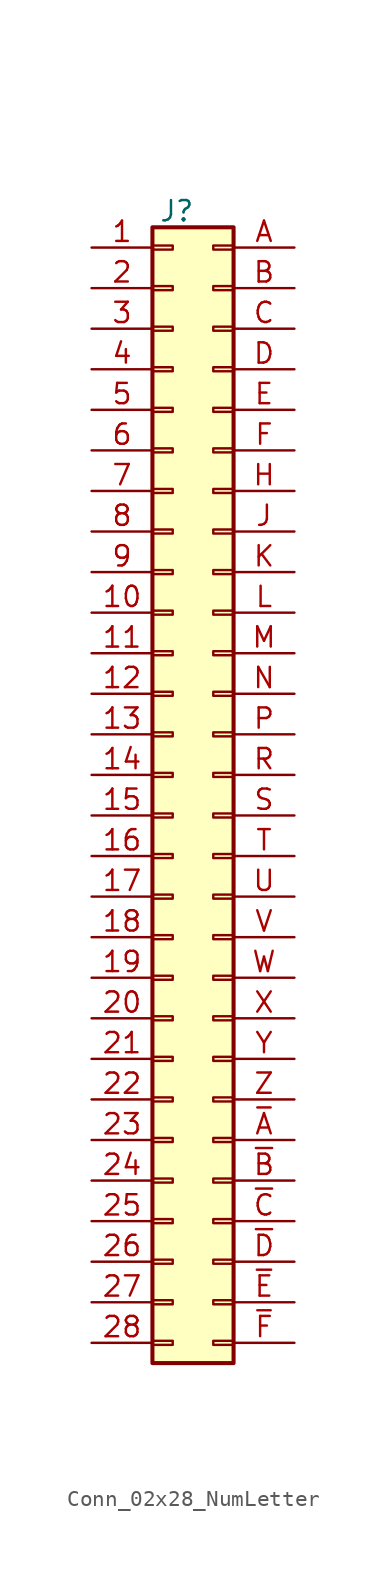
<source format=kicad_sym>
(kicad_symbol_lib
  (version 20231120)
  (generator "kicad_symbol_editor")
  (generator_version "8.0")
  (symbol "Conn_02x28_NumLetter"
    (pin_names hide)
    (property "Reference" "J"
      (at -1.016 -1.524 0)
      (effects (font (size 1.27 1.27))))
    (property "Value" ""
      (at 0 0 0)
      (effects (font (size 1.27 1.27))))
    (symbol "Conn_02x28_NumLetter_1_1"
      (rectangle (start -2.54 -72.263) (end -1.27 -72.517) (stroke (width 0.152) (type default)) (fill (type none)))
      (rectangle (start -2.54 -69.723) (end -1.27 -69.977) (stroke (width 0.152) (type default)) (fill (type none)))
      (rectangle (start -2.54 -67.183) (end -1.27 -67.437) (stroke (width 0.152) (type default)) (fill (type none)))
      (rectangle (start -2.54 -64.643) (end -1.27 -64.897) (stroke (width 0.152) (type default)) (fill (type none)))
      (rectangle (start -2.54 -62.103) (end -1.27 -62.357) (stroke (width 0.152) (type default)) (fill (type none)))
      (rectangle (start -2.54 -59.563) (end -1.27 -59.817) (stroke (width 0.152) (type default)) (fill (type none)))
      (rectangle (start -2.54 -57.023) (end -1.27 -57.277) (stroke (width 0.152) (type default)) (fill (type none)))
      (rectangle (start -2.54 -54.483) (end -1.27 -54.737) (stroke (width 0.152) (type default)) (fill (type none)))
      (rectangle (start -2.54 -51.943) (end -1.27 -52.197) (stroke (width 0.152) (type default)) (fill (type none)))
      (rectangle (start -2.54 -49.403) (end -1.27 -49.657) (stroke (width 0.152) (type default)) (fill (type none)))
      (rectangle (start -2.54 -46.863) (end -1.27 -47.117) (stroke (width 0.152) (type default)) (fill (type none)))
      (rectangle (start -2.54 -44.323) (end -1.27 -44.577) (stroke (width 0.152) (type default)) (fill (type none)))
      (rectangle (start -2.54 -41.783) (end -1.27 -42.037) (stroke (width 0.152) (type default)) (fill (type none)))
      (rectangle (start -2.54 -39.243) (end -1.27 -39.497) (stroke (width 0.152) (type default)) (fill (type none)))
      (rectangle (start -2.54 -36.703) (end -1.27 -36.957) (stroke (width 0.152) (type default)) (fill (type none)))
      (rectangle (start -2.54 -34.163) (end -1.27 -34.417) (stroke (width 0.152) (type default)) (fill (type none)))
      (rectangle (start -2.54 -31.623) (end -1.27 -31.877) (stroke (width 0.152) (type default)) (fill (type none)))
      (rectangle (start -2.54 -29.083) (end -1.27 -29.337) (stroke (width 0.152) (type default)) (fill (type none)))
      (rectangle (start -2.54 -26.543) (end -1.27 -26.797) (stroke (width 0.152) (type default)) (fill (type none)))
      (rectangle (start -2.54 -24.003) (end -1.27 -24.257) (stroke (width 0.152) (type default)) (fill (type none)))
      (rectangle (start -2.54 -21.463) (end -1.27 -21.717) (stroke (width 0.152) (type default)) (fill (type none)))
      (rectangle (start -2.54 -18.923) (end -1.27 -19.177) (stroke (width 0.152) (type default)) (fill (type none)))
      (rectangle (start -2.54 -16.383) (end -1.27 -16.637) (stroke (width 0.152) (type default)) (fill (type none)))
      (rectangle (start -2.54 -13.843) (end -1.27 -14.097) (stroke (width 0.152) (type default)) (fill (type none)))
      (rectangle (start -2.54 -11.303) (end -1.27 -11.557) (stroke (width 0.152) (type default)) (fill (type none)))
      (rectangle (start -2.54 -8.763) (end -1.27 -9.017) (stroke (width 0.152) (type default)) (fill (type none)))
      (rectangle (start -2.54 -6.223) (end -1.27 -6.477) (stroke (width 0.152) (type default)) (fill (type none)))
      (rectangle (start -2.54 -3.683) (end -1.27 -3.937) (stroke (width 0.152) (type default)) (fill (type none)))
      (rectangle (start -2.54 -2.54) (end 2.54 -73.66) (stroke (width 0.254) (type default)) (fill (type background)))
      (rectangle (start 2.54 -72.263) (end 1.27 -72.517) (stroke (width 0.152) (type default)) (fill (type none)))
      (rectangle (start 2.54 -69.723) (end 1.27 -69.977) (stroke (width 0.152) (type default)) (fill (type none)))
      (rectangle (start 2.54 -67.183) (end 1.27 -67.437) (stroke (width 0.152) (type default)) (fill (type none)))
      (rectangle (start 2.54 -64.643) (end 1.27 -64.897) (stroke (width 0.152) (type default)) (fill (type none)))
      (rectangle (start 2.54 -62.103) (end 1.27 -62.357) (stroke (width 0.152) (type default)) (fill (type none)))
      (rectangle (start 2.54 -59.563) (end 1.27 -59.817) (stroke (width 0.152) (type default)) (fill (type none)))
      (rectangle (start 2.54 -57.023) (end 1.27 -57.277) (stroke (width 0.152) (type default)) (fill (type none)))
      (rectangle (start 2.54 -54.483) (end 1.27 -54.737) (stroke (width 0.152) (type default)) (fill (type none)))
      (rectangle (start 2.54 -51.943) (end 1.27 -52.197) (stroke (width 0.152) (type default)) (fill (type none)))
      (rectangle (start 2.54 -49.403) (end 1.27 -49.657) (stroke (width 0.152) (type default)) (fill (type none)))
      (rectangle (start 2.54 -46.863) (end 1.27 -47.117) (stroke (width 0.152) (type default)) (fill (type none)))
      (rectangle (start 2.54 -44.323) (end 1.27 -44.577) (stroke (width 0.152) (type default)) (fill (type none)))
      (rectangle (start 2.54 -41.783) (end 1.27 -42.037) (stroke (width 0.152) (type default)) (fill (type none)))
      (rectangle (start 2.54 -39.243) (end 1.27 -39.497) (stroke (width 0.152) (type default)) (fill (type none)))
      (rectangle (start 2.54 -36.703) (end 1.27 -36.957) (stroke (width 0.152) (type default)) (fill (type none)))
      (rectangle (start 2.54 -34.163) (end 1.27 -34.417) (stroke (width 0.152) (type default)) (fill (type none)))
      (rectangle (start 2.54 -31.623) (end 1.27 -31.877) (stroke (width 0.152) (type default)) (fill (type none)))
      (rectangle (start 2.54 -29.083) (end 1.27 -29.337) (stroke (width 0.152) (type default)) (fill (type none)))
      (rectangle (start 2.54 -26.543) (end 1.27 -26.797) (stroke (width 0.152) (type default)) (fill (type none)))
      (rectangle (start 2.54 -24.003) (end 1.27 -24.257) (stroke (width 0.152) (type default)) (fill (type none)))
      (rectangle (start 2.54 -21.463) (end 1.27 -21.717) (stroke (width 0.152) (type default)) (fill (type none)))
      (rectangle (start 2.54 -18.923) (end 1.27 -19.177) (stroke (width 0.152) (type default)) (fill (type none)))
      (rectangle (start 2.54 -16.383) (end 1.27 -16.637) (stroke (width 0.152) (type default)) (fill (type none)))
      (rectangle (start 2.54 -13.843) (end 1.27 -14.097) (stroke (width 0.152) (type default)) (fill (type none)))
      (rectangle (start 2.54 -11.303) (end 1.27 -11.557) (stroke (width 0.152) (type default)) (fill (type none)))
      (rectangle (start 2.54 -8.763) (end 1.27 -9.017) (stroke (width 0.152) (type default)) (fill (type none)))
      (rectangle (start 2.54 -6.223) (end 1.27 -6.477) (stroke (width 0.152) (type default)) (fill (type none)))
      (rectangle (start 2.54 -3.683) (end 1.27 -3.937) (stroke (width 0.152) (type default)) (fill (type none)))
      (pin passive line (at -6.35 -3.81 0) (length 3.81) (name "Pin_1" (effects (font (size 1.27 1.27)))) (number "1" (effects (font (size 1.27 1.27)))))
      (pin passive line (at -6.35 -26.67 0) (length 3.81) (name "Pin_10" (effects (font (size 1.27 1.27)))) (number "10" (effects (font (size 1.27 1.27)))))
      (pin passive line (at -6.35 -29.21 0) (length 3.81) (name "Pin_11" (effects (font (size 1.27 1.27)))) (number "11" (effects (font (size 1.27 1.27)))))
      (pin passive line (at -6.35 -31.75 0) (length 3.81) (name "Pin_12" (effects (font (size 1.27 1.27)))) (number "12" (effects (font (size 1.27 1.27)))))
      (pin passive line (at -6.35 -34.29 0) (length 3.81) (name "Pin_13" (effects (font (size 1.27 1.27)))) (number "13" (effects (font (size 1.27 1.27)))))
      (pin passive line (at -6.35 -36.83 0) (length 3.81) (name "Pin_14" (effects (font (size 1.27 1.27)))) (number "14" (effects (font (size 1.27 1.27)))))
      (pin passive line (at -6.35 -39.37 0) (length 3.81) (name "Pin_15" (effects (font (size 1.27 1.27)))) (number "15" (effects (font (size 1.27 1.27)))))
      (pin passive line (at -6.35 -41.91 0) (length 3.81) (name "Pin_16" (effects (font (size 1.27 1.27)))) (number "16" (effects (font (size 1.27 1.27)))))
      (pin passive line (at -6.35 -44.45 0) (length 3.81) (name "Pin_17" (effects (font (size 1.27 1.27)))) (number "17" (effects (font (size 1.27 1.27)))))
      (pin passive line (at -6.35 -46.99 0) (length 3.81) (name "Pin_18" (effects (font (size 1.27 1.27)))) (number "18" (effects (font (size 1.27 1.27)))))
      (pin passive line (at -6.35 -49.53 0) (length 3.81) (name "Pin_19" (effects (font (size 1.27 1.27)))) (number "19" (effects (font (size 1.27 1.27)))))
      (pin passive line (at -6.35 -6.35 0) (length 3.81) (name "Pin_2" (effects (font (size 1.27 1.27)))) (number "2" (effects (font (size 1.27 1.27)))))
      (pin passive line (at -6.35 -52.07 0) (length 3.81) (name "Pin_20" (effects (font (size 1.27 1.27)))) (number "20" (effects (font (size 1.27 1.27)))))
      (pin passive line (at -6.35 -54.61 0) (length 3.81) (name "Pin_21" (effects (font (size 1.27 1.27)))) (number "21" (effects (font (size 1.27 1.27)))))
      (pin passive line (at -6.35 -57.15 0) (length 3.81) (name "Pin_22" (effects (font (size 1.27 1.27)))) (number "22" (effects (font (size 1.27 1.27)))))
      (pin passive line (at -6.35 -59.69 0) (length 3.81) (name "Pin_23" (effects (font (size 1.27 1.27)))) (number "23" (effects (font (size 1.27 1.27)))))
      (pin passive line (at -6.35 -62.23 0) (length 3.81) (name "Pin_24" (effects (font (size 1.27 1.27)))) (number "24" (effects (font (size 1.27 1.27)))))
      (pin passive line (at -6.35 -64.77 0) (length 3.81) (name "Pin_25" (effects (font (size 1.27 1.27)))) (number "25" (effects (font (size 1.27 1.27)))))
      (pin passive line (at -6.35 -67.31 0) (length 3.81) (name "Pin_26" (effects (font (size 1.27 1.27)))) (number "26" (effects (font (size 1.27 1.27)))))
      (pin passive line (at -6.35 -69.85 0) (length 3.81) (name "Pin_27" (effects (font (size 1.27 1.27)))) (number "27" (effects (font (size 1.27 1.27)))))
      (pin passive line (at -6.35 -72.39 0) (length 3.81) (name "Pin_28" (effects (font (size 1.27 1.27)))) (number "28" (effects (font (size 1.27 1.27)))))
      (pin passive line (at -6.35 -8.89 0) (length 3.81) (name "Pin_3" (effects (font (size 1.27 1.27)))) (number "3" (effects (font (size 1.27 1.27)))))
      (pin passive line (at -6.35 -11.43 0) (length 3.81) (name "Pin_4" (effects (font (size 1.27 1.27)))) (number "4" (effects (font (size 1.27 1.27)))))
      (pin passive line (at -6.35 -13.97 0) (length 3.81) (name "Pin_5" (effects (font (size 1.27 1.27)))) (number "5" (effects (font (size 1.27 1.27)))))
      (pin passive line (at -6.35 -16.51 0) (length 3.81) (name "Pin_6" (effects (font (size 1.27 1.27)))) (number "6" (effects (font (size 1.27 1.27)))))
      (pin passive line (at -6.35 -19.05 0) (length 3.81) (name "Pin_7" (effects (font (size 1.27 1.27)))) (number "7" (effects (font (size 1.27 1.27)))))
      (pin passive line (at -6.35 -21.59 0) (length 3.81) (name "Pin_8" (effects (font (size 1.27 1.27)))) (number "8" (effects (font (size 1.27 1.27)))))
      (pin passive line (at -6.35 -24.13 0) (length 3.81) (name "Pin_9" (effects (font (size 1.27 1.27)))) (number "9" (effects (font (size 1.27 1.27)))))
      (pin passive line (at 6.35 -3.81 180) (length 3.81) (name "Pin_A" (effects (font (size 1.27 1.27)))) (number "A" (effects (font (size 1.27 1.27)))))
      (pin passive line (at 6.35 -6.35 180) (length 3.81) (name "Pin_B" (effects (font (size 1.27 1.27)))) (number "B" (effects (font (size 1.27 1.27)))))
      (pin passive line (at 6.35 -8.89 180) (length 3.81) (name "Pin_C" (effects (font (size 1.27 1.27)))) (number "C" (effects (font (size 1.27 1.27)))))
      (pin passive line (at 6.35 -11.43 180) (length 3.81) (name "Pin_D" (effects (font (size 1.27 1.27)))) (number "D" (effects (font (size 1.27 1.27)))))
      (pin passive line (at 6.35 -13.97 180) (length 3.81) (name "Pin_E" (effects (font (size 1.27 1.27)))) (number "E" (effects (font (size 1.27 1.27)))))
      (pin passive line (at 6.35 -16.51 180) (length 3.81) (name "Pin_F" (effects (font (size 1.27 1.27)))) (number "F" (effects (font (size 1.27 1.27)))))
      (pin passive line (at 6.35 -19.05 180) (length 3.81) (name "Pin_H" (effects (font (size 1.27 1.27)))) (number "H" (effects (font (size 1.27 1.27)))))
      (pin passive line (at 6.35 -21.59 180) (length 3.81) (name "Pin_J" (effects (font (size 1.27 1.27)))) (number "J" (effects (font (size 1.27 1.27)))))
      (pin passive line (at 6.35 -24.13 180) (length 3.81) (name "Pin_K" (effects (font (size 1.27 1.27)))) (number "K" (effects (font (size 1.27 1.27)))))
      (pin passive line (at 6.35 -26.67 180) (length 3.81) (name "Pin_L" (effects (font (size 1.27 1.27)))) (number "L" (effects (font (size 1.27 1.27)))))
      (pin passive line (at 6.35 -29.21 180) (length 3.81) (name "Pin_M" (effects (font (size 1.27 1.27)))) (number "M" (effects (font (size 1.27 1.27)))))
      (pin passive line (at 6.35 -31.75 180) (length 3.81) (name "Pin_N" (effects (font (size 1.27 1.27)))) (number "N" (effects (font (size 1.27 1.27)))))
      (pin passive line (at 6.35 -34.29 180) (length 3.81) (name "Pin_P" (effects (font (size 1.27 1.27)))) (number "P" (effects (font (size 1.27 1.27)))))
      (pin passive line (at 6.35 -36.83 180) (length 3.81) (name "Pin_R" (effects (font (size 1.27 1.27)))) (number "R" (effects (font (size 1.27 1.27)))))
      (pin passive line (at 6.35 -39.37 180) (length 3.81) (name "Pin_S" (effects (font (size 1.27 1.27)))) (number "S" (effects (font (size 1.27 1.27)))))
      (pin passive line (at 6.35 -41.91 180) (length 3.81) (name "Pin_T" (effects (font (size 1.27 1.27)))) (number "T" (effects (font (size 1.27 1.27)))))
      (pin passive line (at 6.35 -44.45 180) (length 3.81) (name "Pin_U" (effects (font (size 1.27 1.27)))) (number "U" (effects (font (size 1.27 1.27)))))
      (pin passive line (at 6.35 -46.99 180) (length 3.81) (name "Pin_V" (effects (font (size 1.27 1.27)))) (number "V" (effects (font (size 1.27 1.27)))))
      (pin passive line (at 6.35 -49.53 180) (length 3.81) (name "Pin_W" (effects (font (size 1.27 1.27)))) (number "W" (effects (font (size 1.27 1.27)))))
      (pin passive line (at 6.35 -52.07 180) (length 3.81) (name "Pin_X" (effects (font (size 1.27 1.27)))) (number "X" (effects (font (size 1.27 1.27)))))
      (pin passive line (at 6.35 -54.61 180) (length 3.81) (name "Pin_Y" (effects (font (size 1.27 1.27)))) (number "Y" (effects (font (size 1.27 1.27)))))
      (pin passive line (at 6.35 -57.15 180) (length 3.81) (name "Pin_Z" (effects (font (size 1.27 1.27)))) (number "Z" (effects (font (size 1.27 1.27)))))
      (pin passive line (at 6.35 -59.69 180) (length 3.81) (name "Pin_~{A}" (effects (font (size 1.27 1.27)))) (number "~{A}" (effects (font (size 1.27 1.27)))))
      (pin passive line (at 6.35 -62.23 180) (length 3.81) (name "Pin_~{B}" (effects (font (size 1.27 1.27)))) (number "~{B}" (effects (font (size 1.27 1.27)))))
      (pin passive line (at 6.35 -64.77 180) (length 3.81) (name "Pin_~{C}" (effects (font (size 1.27 1.27)))) (number "~{C}" (effects (font (size 1.27 1.27)))))
      (pin passive line (at 6.35 -67.31 180) (length 3.81) (name "Pin_~{D}" (effects (font (size 1.27 1.27)))) (number "~{D}" (effects (font (size 1.27 1.27)))))
      (pin passive line (at 6.35 -69.85 180) (length 3.81) (name "Pin_~{E}" (effects (font (size 1.27 1.27)))) (number "~{E}" (effects (font (size 1.27 1.27)))))
      (pin passive line (at 6.35 -72.39 180) (length 3.81) (name "Pin_~{F}" (effects (font (size 1.27 1.27)))) (number "~{F}" (effects (font (size 1.27 1.27))))))))
</source>
